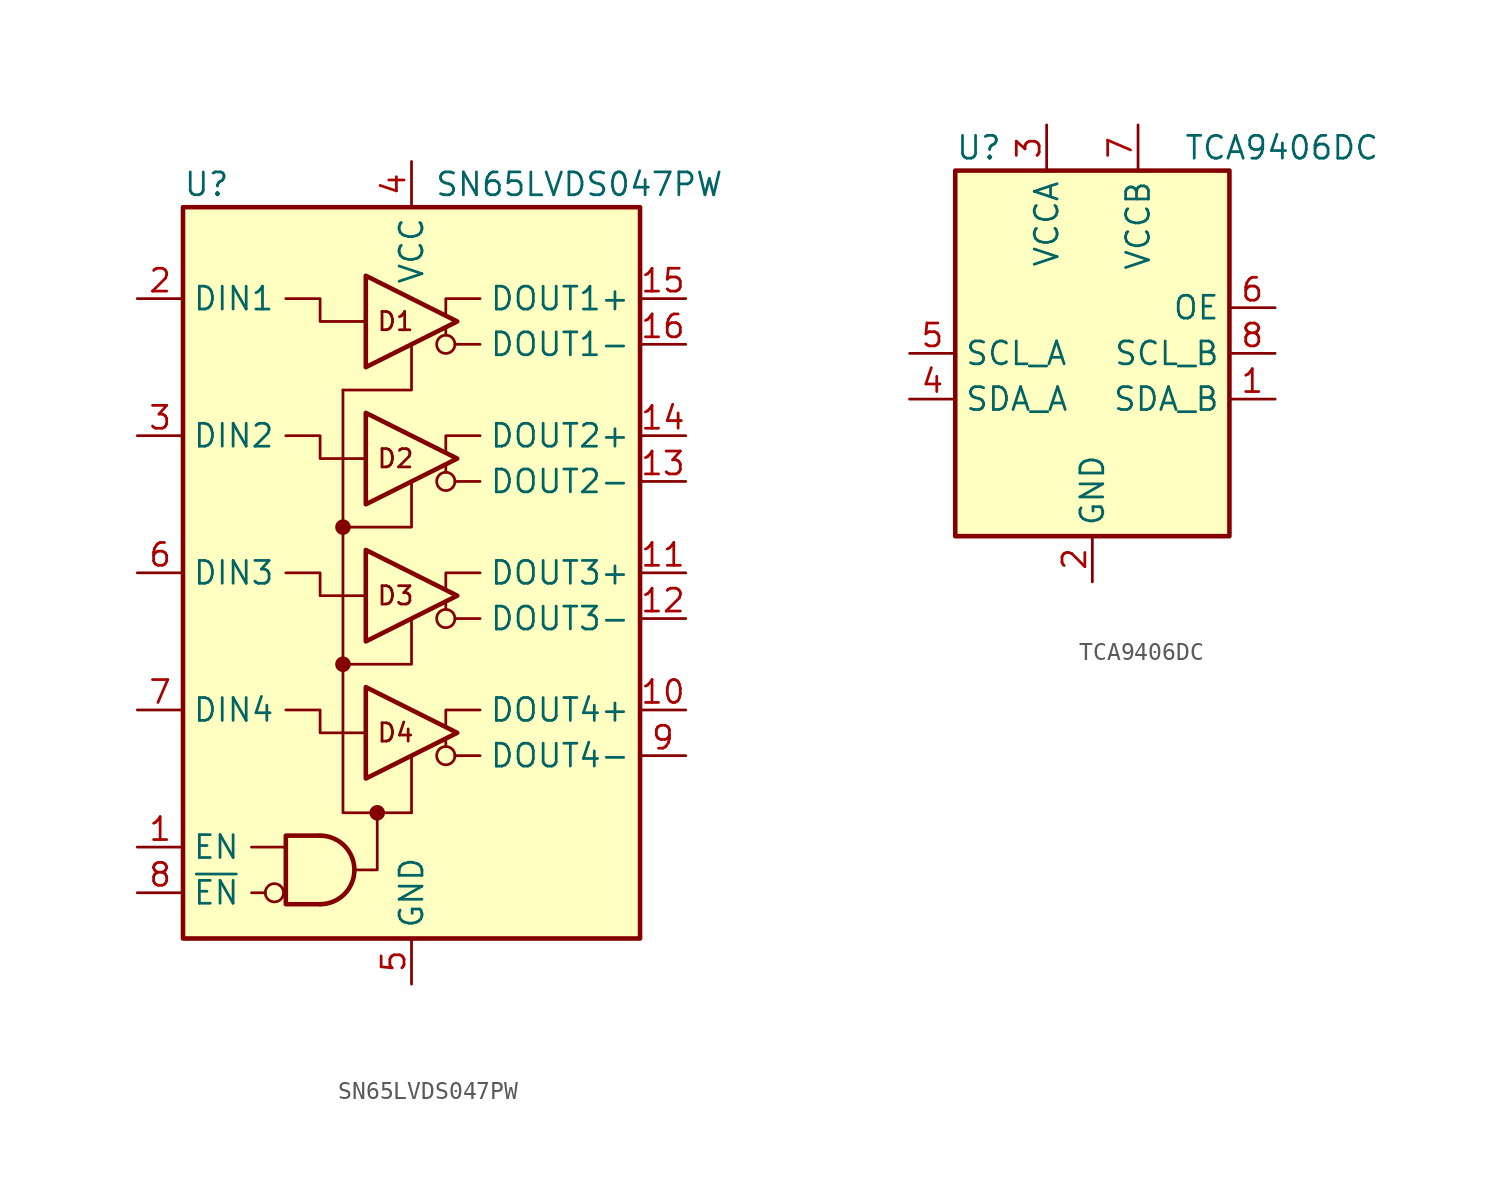
<source format=kicad_sym>
(kicad_symbol_lib
  (version 20200908)
  (generator kicad_symbol_editor)
  (symbol "Interface:SN65LVDS047PW"
    (property "Reference" "U"
      (at -12.7 21.59 0)
      (effects (font (size 1.27 1.27)) (justify left)))
    (property "Value" "SN65LVDS047PW"
      (at 1.27 21.59 0)
      (effects (font (size 1.27 1.27)) (justify left)))
    (symbol "SN65LVDS047PW_1_1"
      (arc (start -5.08 -18.415) (end -5.08 -14.605) (radius (at -5.08 -16.51) (length 1.905) (angles -89.9 89.9)) (stroke (width 0.254)) (fill (type none)))
      (polyline (pts (xy -8.89 -17.78) (xy -8.128 -17.78)) (stroke (width 0)) (fill (type none)))
      (polyline (pts (xy -8.89 -15.24) (xy -6.985 -15.24)) (stroke (width 0)) (fill (type none)))
      (polyline (pts (xy -5.08 -14.605) (xy -6.985 -14.605) (xy -6.985 -18.415) (xy -5.08 -18.415)) (stroke (width 0.254)) (fill (type none)))
      (polyline (pts (xy -2.54 -6.35) (xy -2.54 -11.43) (xy 2.54 -8.89) (xy -2.54 -6.35)) (stroke (width 0.254)) (fill (type none)))
      (polyline (pts (xy -2.54 1.27) (xy -2.54 -3.81) (xy 2.54 -1.27) (xy -2.54 1.27)) (stroke (width 0.254)) (fill (type none)))
      (polyline (pts (xy -2.54 8.89) (xy -2.54 3.81) (xy 2.54 6.35) (xy -2.54 8.89)) (stroke (width 0.254)) (fill (type none)))
      (polyline (pts (xy -2.54 16.51) (xy -2.54 11.43) (xy 2.54 13.97) (xy -2.54 16.51)) (stroke (width 0.254)) (fill (type none)))
      (pin input line (at -15.24 -15.24 0) (length 2.54) (name "EN" (effects (font (size 1.27 1.27)))) (number "1" (effects (font (size 1.27 1.27)))))
      (pin output line (at 15.24 -7.62 180) (length 2.54) (name "DOUT4+" (effects (font (size 1.27 1.27)))) (number "10" (effects (font (size 1.27 1.27)))))
      (pin output line (at 15.24 0 180) (length 2.54) (name "DOUT3+" (effects (font (size 1.27 1.27)))) (number "11" (effects (font (size 1.27 1.27)))))
      (pin output line (at 15.24 -2.54 180) (length 2.54) (name "DOUT3-" (effects (font (size 1.27 1.27)))) (number "12" (effects (font (size 1.27 1.27)))))
      (pin output line (at 15.24 5.08 180) (length 2.54) (name "DOUT2-" (effects (font (size 1.27 1.27)))) (number "13" (effects (font (size 1.27 1.27)))))
      (pin output line (at 15.24 7.62 180) (length 2.54) (name "DOUT2+" (effects (font (size 1.27 1.27)))) (number "14" (effects (font (size 1.27 1.27)))))
      (pin output line (at 15.24 15.24 180) (length 2.54) (name "DOUT1+" (effects (font (size 1.27 1.27)))) (number "15" (effects (font (size 1.27 1.27)))))
      (pin output line (at 15.24 12.7 180) (length 2.54) (name "DOUT1-" (effects (font (size 1.27 1.27)))) (number "16" (effects (font (size 1.27 1.27)))))
      (pin input line (at -15.24 15.24 0) (length 2.54) (name "DIN1" (effects (font (size 1.27 1.27)))) (number "2" (effects (font (size 1.27 1.27)))))
      (pin input line (at -15.24 7.62 0) (length 2.54) (name "DIN2" (effects (font (size 1.27 1.27)))) (number "3" (effects (font (size 1.27 1.27)))))
      (pin power_in line (at 0 22.86 270) (length 2.54) (name "VCC" (effects (font (size 1.27 1.27)))) (number "4" (effects (font (size 1.27 1.27)))))
      (pin power_in line (at 0 -22.86 90) (length 2.54) (name "GND" (effects (font (size 1.27 1.27)))) (number "5" (effects (font (size 1.27 1.27)))))
      (pin input line (at -15.24 0 0) (length 2.54) (name "DIN3" (effects (font (size 1.27 1.27)))) (number "6" (effects (font (size 1.27 1.27)))))
      (pin input line (at -15.24 -7.62 0) (length 2.54) (name "DIN4" (effects (font (size 1.27 1.27)))) (number "7" (effects (font (size 1.27 1.27)))))
      (pin input line (at -15.24 -17.78 0) (length 2.54) (name "~EN" (effects (font (size 1.27 1.27)))) (number "8" (effects (font (size 1.27 1.27)))))
      (pin output line (at 15.24 -10.16 180) (length 2.54) (name "DOUT4-" (effects (font (size 1.27 1.27)))) (number "9" (effects (font (size 1.27 1.27))))))
    (symbol "SN65LVDS047PW_1_0"
      (circle (center -7.62 -17.78) (radius 0.508) (stroke (width 0)) (fill (type none)))
      (circle (center -3.81 -5.08) (radius 0.356) (stroke (width 0)) (fill (type outline)))
      (circle (center -3.81 2.54) (radius 0.356) (stroke (width 0)) (fill (type outline)))
      (circle (center -1.905 -13.335) (radius 0.356) (stroke (width 0)) (fill (type outline)))
      (circle (center 1.905 -10.16) (radius 0.508) (stroke (width 0)) (fill (type none)))
      (circle (center 1.905 -2.54) (radius 0.508) (stroke (width 0)) (fill (type none)))
      (circle (center 1.905 5.08) (radius 0.508) (stroke (width 0)) (fill (type none)))
      (circle (center 1.905 12.7) (radius 0.508) (stroke (width 0)) (fill (type none)))
      (text "D1" (at -0.889 13.97 0) (effects (font (size 1.016 1.016))))
      (text "D2" (at -0.889 6.35 0) (effects (font (size 1.016 1.016))))
      (text "D3" (at -0.889 -1.27 0) (effects (font (size 1.016 1.016))))
      (text "D4" (at -0.889 -8.89 0) (effects (font (size 1.016 1.016))))
      (rectangle (start -12.7 20.32) (end 12.7 -20.32) (stroke (width 0.254)) (fill (type background)))
      (polyline (pts (xy 0 -13.335) (xy 0 -10.16)) (stroke (width 0)) (fill (type none)))
      (polyline (pts (xy 3.81 -10.16) (xy 2.413 -10.16)) (stroke (width 0)) (fill (type none)))
      (polyline (pts (xy 3.81 -2.54) (xy 2.413 -2.54)) (stroke (width 0)) (fill (type none)))
      (polyline (pts (xy 3.81 5.08) (xy 2.413 5.08)) (stroke (width 0)) (fill (type none)))
      (polyline (pts (xy 3.81 12.7) (xy 2.413 12.7)) (stroke (width 0)) (fill (type none)))
      (polyline (pts (xy -3.81 -5.08) (xy 0 -5.08) (xy 0 -2.54)) (stroke (width 0)) (fill (type none)))
      (polyline (pts (xy -3.81 2.54) (xy 0 2.54) (xy 0 5.08)) (stroke (width 0)) (fill (type none)))
      (polyline (pts (xy 1.905 -8.509) (xy 1.905 -7.62) (xy 3.81 -7.62)) (stroke (width 0)) (fill (type none)))
      (polyline (pts (xy 1.905 6.731) (xy 1.905 7.62) (xy 3.81 7.62)) (stroke (width 0)) (fill (type none)))
      (polyline (pts (xy 1.905 14.351) (xy 1.905 15.24) (xy 3.81 15.24)) (stroke (width 0)) (fill (type none)))
      (polyline (pts (xy -2.54 -8.89) (xy -5.08 -8.89) (xy -5.08 -7.62) (xy -6.985 -7.62)) (stroke (width 0)) (fill (type none)))
      (polyline (pts (xy -2.54 -1.27) (xy -5.08 -1.27) (xy -5.08 0) (xy -6.985 0)) (stroke (width 0)) (fill (type none)))
      (polyline (pts (xy -2.54 6.35) (xy -5.08 6.35) (xy -5.08 7.62) (xy -6.985 7.62)) (stroke (width 0)) (fill (type none)))
      (polyline (pts (xy -2.54 13.97) (xy -5.08 13.97) (xy -5.08 15.24) (xy -6.985 15.24)) (stroke (width 0)) (fill (type none))))
    (symbol "SN65LVDS047PW_0_1"
      (polyline (pts (xy 1.905 -9.652) (xy 1.905 -9.271)) (stroke (width 0)) (fill (type none)))
      (polyline (pts (xy 1.905 -2.032) (xy 1.905 -1.651)) (stroke (width 0)) (fill (type none)))
      (polyline (pts (xy 1.905 5.588) (xy 1.905 5.969)) (stroke (width 0)) (fill (type none)))
      (polyline (pts (xy 1.905 13.208) (xy 1.905 13.589)) (stroke (width 0)) (fill (type none)))
      (polyline (pts (xy 0 12.7) (xy 0 10.16) (xy -3.81 10.16)) (stroke (width 0)) (fill (type none)))
      (polyline (pts (xy 3.81 0) (xy 1.905 0) (xy 1.905 -0.889)) (stroke (width 0)) (fill (type none)))
      (polyline (pts (xy -1.905 -13.335) (xy -1.905 -16.51) (xy -2.54 -16.51) (xy -3.175 -16.51)) (stroke (width 0)) (fill (type none)))
      (polyline (pts (xy 0 -13.335) (xy -2.54 -13.335) (xy -3.81 -13.335) (xy -3.81 10.16)) (stroke (width 0)) (fill (type none)))))
  (symbol "Interface:TCA9406DC"
    (property "Reference" "U"
      (at -7.62 11.43 0)
      (effects (font (size 1.27 1.27)) (justify left)))
    (property "Value" "TCA9406DC"
      (at 5.08 11.43 0)
      (effects (font (size 1.27 1.27)) (justify left)))
    (symbol "TCA9406DC_0_1"
      (rectangle (start -7.62 10.16) (end 7.62 -10.16) (stroke (width 0.254)) (fill (type background))))
    (symbol "TCA9406DC_1_1"
      (pin bidirectional line (at 10.16 -2.54 180) (length 2.54) (name "SDA_B" (effects (font (size 1.27 1.27)))) (number "1" (effects (font (size 1.27 1.27)))))
      (pin power_in line (at 0 -12.7 90) (length 2.54) (name "GND" (effects (font (size 1.27 1.27)))) (number "2" (effects (font (size 1.27 1.27)))))
      (pin power_in line (at -2.54 12.7 270) (length 2.54) (name "VCCA" (effects (font (size 1.27 1.27)))) (number "3" (effects (font (size 1.27 1.27)))))
      (pin bidirectional line (at -10.16 -2.54 0) (length 2.54) (name "SDA_A" (effects (font (size 1.27 1.27)))) (number "4" (effects (font (size 1.27 1.27)))))
      (pin bidirectional line (at -10.16 0 0) (length 2.54) (name "SCL_A" (effects (font (size 1.27 1.27)))) (number "5" (effects (font (size 1.27 1.27)))))
      (pin input line (at 10.16 2.54 180) (length 2.54) (name "OE" (effects (font (size 1.27 1.27)))) (number "6" (effects (font (size 1.27 1.27)))))
      (pin power_in line (at 2.54 12.7 270) (length 2.54) (name "VCCB" (effects (font (size 1.27 1.27)))) (number "7" (effects (font (size 1.27 1.27)))))
      (pin bidirectional line (at 10.16 0 180) (length 2.54) (name "SCL_B" (effects (font (size 1.27 1.27)))) (number "8" (effects (font (size 1.27 1.27))))))))
</source>
